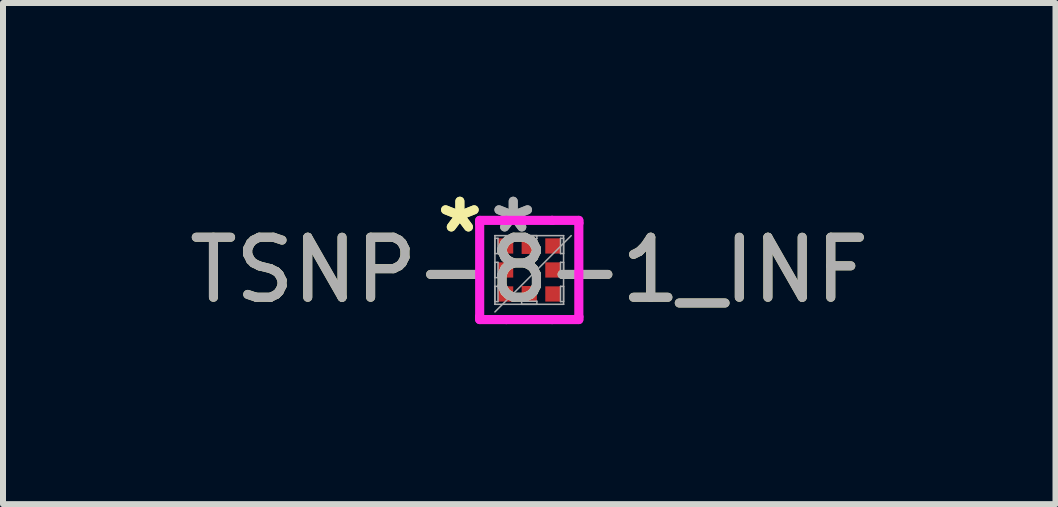
<source format=kicad_pcb>
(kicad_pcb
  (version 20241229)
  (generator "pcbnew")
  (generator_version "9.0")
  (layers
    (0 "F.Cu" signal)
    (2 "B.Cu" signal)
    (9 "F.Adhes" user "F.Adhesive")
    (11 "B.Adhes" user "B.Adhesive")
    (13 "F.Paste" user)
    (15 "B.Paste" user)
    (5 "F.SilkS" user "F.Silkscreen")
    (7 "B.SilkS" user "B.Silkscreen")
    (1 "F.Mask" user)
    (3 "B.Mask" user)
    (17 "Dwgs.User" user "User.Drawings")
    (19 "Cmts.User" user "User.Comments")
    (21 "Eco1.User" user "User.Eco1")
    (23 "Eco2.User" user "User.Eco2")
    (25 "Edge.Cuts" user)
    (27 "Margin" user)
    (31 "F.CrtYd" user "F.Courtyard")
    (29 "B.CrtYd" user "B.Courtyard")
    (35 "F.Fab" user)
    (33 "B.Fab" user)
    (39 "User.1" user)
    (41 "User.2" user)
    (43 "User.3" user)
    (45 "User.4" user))
  (footprint "TSNP-8-1_INF"
    (layer "F.Cu")
    (at 5.768 1.448)
    (property "Reference" "TSNP-8-1_INF" (at 0 0 0) (unlocked yes) (layer "F.SilkS") (effects (font (size 1 1) (thickness 0.15))))
    (attr smd)
    (fp_line (start -0.826 -0.826) (end -0.381 -0.826) (stroke (width 0.152) (type solid)) (layer "F.CrtYd"))
    (fp_line (start -0.826 -0.781) (end -0.826 -0.826) (stroke (width 0.152) (type solid)) (layer "F.CrtYd"))
    (fp_line (start -0.826 -0.781) (end -0.826 -0.781) (stroke (width 0.152) (type solid)) (layer "F.CrtYd"))
    (fp_line (start -0.826 0.781) (end -0.826 -0.781) (stroke (width 0.152) (type solid)) (layer "F.CrtYd"))
    (fp_line (start -0.826 0.781) (end -0.826 0.781) (stroke (width 0.152) (type solid)) (layer "F.CrtYd"))
    (fp_line (start -0.826 0.826) (end -0.826 0.781) (stroke (width 0.152) (type solid)) (layer "F.CrtYd"))
    (fp_line (start -0.381 -0.826) (end -0.381 -0.826) (stroke (width 0.152) (type solid)) (layer "F.CrtYd"))
    (fp_line (start -0.381 -0.826) (end 0.381 -0.826) (stroke (width 0.152) (type solid)) (layer "F.CrtYd"))
    (fp_line (start -0.381 0.826) (end -0.826 0.826) (stroke (width 0.152) (type solid)) (layer "F.CrtYd"))
    (fp_line (start -0.381 0.826) (end -0.381 0.826) (stroke (width 0.152) (type solid)) (layer "F.CrtYd"))
    (fp_line (start 0.381 -0.826) (end 0.381 -0.826) (stroke (width 0.152) (type solid)) (layer "F.CrtYd"))
    (fp_line (start 0.381 -0.826) (end 0.826 -0.826) (stroke (width 0.152) (type solid)) (layer "F.CrtYd"))
    (fp_line (start 0.381 0.826) (end -0.381 0.826) (stroke (width 0.152) (type solid)) (layer "F.CrtYd"))
    (fp_line (start 0.381 0.826) (end 0.381 0.826) (stroke (width 0.152) (type solid)) (layer "F.CrtYd"))
    (fp_line (start 0.826 -0.826) (end 0.826 -0.781) (stroke (width 0.152) (type solid)) (layer "F.CrtYd"))
    (fp_line (start 0.826 -0.781) (end 0.826 -0.781) (stroke (width 0.152) (type solid)) (layer "F.CrtYd"))
    (fp_line (start 0.826 -0.781) (end 0.826 0.781) (stroke (width 0.152) (type solid)) (layer "F.CrtYd"))
    (fp_line (start 0.826 0.781) (end 0.826 0.781) (stroke (width 0.152) (type solid)) (layer "F.CrtYd"))
    (fp_line (start 0.826 0.781) (end 0.826 0.826) (stroke (width 0.152) (type solid)) (layer "F.CrtYd"))
    (fp_line (start 0.826 0.826) (end 0.381 0.826) (stroke (width 0.152) (type solid)) (layer "F.CrtYd"))
    (fp_line (start -0.572 -0.572) (end -0.572 -0.572) (stroke (width 0.025) (type solid)) (layer "F.Fab"))
    (fp_line (start -0.572 -0.572) (end -0.572 0.572) (stroke (width 0.025) (type solid)) (layer "F.Fab"))
    (fp_line (start -0.572 -0.527) (end -0.521 -0.527) (stroke (width 0.025) (type solid)) (layer "F.Fab"))
    (fp_line (start -0.572 -0.273) (end -0.572 -0.527) (stroke (width 0.025) (type solid)) (layer "F.Fab"))
    (fp_line (start -0.572 -0.127) (end -0.521 -0.127) (stroke (width 0.025) (type solid)) (layer "F.Fab"))
    (fp_line (start -0.572 0.127) (end -0.572 -0.127) (stroke (width 0.025) (type solid)) (layer "F.Fab"))
    (fp_line (start -0.572 0.273) (end -0.521 0.273) (stroke (width 0.025) (type solid)) (layer "F.Fab"))
    (fp_line (start -0.572 0.527) (end -0.572 0.273) (stroke (width 0.025) (type solid)) (layer "F.Fab"))
    (fp_line (start -0.572 0.572) (end -0.572 0.572) (stroke (width 0.025) (type solid)) (layer "F.Fab"))
    (fp_line (start -0.572 0.572) (end 0.572 0.572) (stroke (width 0.025) (type solid)) (layer "F.Fab"))
    (fp_line (start -0.572 0.699) (end 0.699 -0.572) (stroke (width 0.025) (type solid)) (layer "F.Fab"))
    (fp_line (start -0.521 -0.527) (end -0.521 -0.273) (stroke (width 0.025) (type solid)) (layer "F.Fab"))
    (fp_line (start -0.521 -0.273) (end -0.572 -0.273) (stroke (width 0.025) (type solid)) (layer "F.Fab"))
    (fp_line (start -0.521 -0.127) (end -0.521 0.127) (stroke (width 0.025) (type solid)) (layer "F.Fab"))
    (fp_line (start -0.521 0.127) (end -0.572 0.127) (stroke (width 0.025) (type solid)) (layer "F.Fab"))
    (fp_line (start -0.521 0.273) (end -0.521 0.527) (stroke (width 0.025) (type solid)) (layer "F.Fab"))
    (fp_line (start -0.521 0.527) (end -0.572 0.527) (stroke (width 0.025) (type solid)) (layer "F.Fab"))
    (fp_line (start -0.127 -0.572) (end 0.127 -0.572) (stroke (width 0.025) (type solid)) (layer "F.Fab"))
    (fp_line (start -0.127 -0.521) (end -0.127 -0.572) (stroke (width 0.025) (type solid)) (layer "F.Fab"))
    (fp_line (start -0.127 0.521) (end 0.127 0.521) (stroke (width 0.025) (type solid)) (layer "F.Fab"))
    (fp_line (start -0.127 0.572) (end -0.127 0.521) (stroke (width 0.025) (type solid)) (layer "F.Fab"))
    (fp_line (start 0.127 -0.572) (end 0.127 -0.521) (stroke (width 0.025) (type solid)) (layer "F.Fab"))
    (fp_line (start 0.127 -0.521) (end -0.127 -0.521) (stroke (width 0.025) (type solid)) (layer "F.Fab"))
    (fp_line (start 0.127 0.521) (end 0.127 0.572) (stroke (width 0.025) (type solid)) (layer "F.Fab"))
    (fp_line (start 0.127 0.572) (end -0.127 0.572) (stroke (width 0.025) (type solid)) (layer "F.Fab"))
    (fp_line (start 0.521 -0.527) (end 0.572 -0.527) (stroke (width 0.025) (type solid)) (layer "F.Fab"))
    (fp_line (start 0.521 -0.273) (end 0.521 -0.527) (stroke (width 0.025) (type solid)) (layer "F.Fab"))
    (fp_line (start 0.521 -0.127) (end 0.572 -0.127) (stroke (width 0.025) (type solid)) (layer "F.Fab"))
    (fp_line (start 0.521 0.127) (end 0.521 -0.127) (stroke (width 0.025) (type solid)) (layer "F.Fab"))
    (fp_line (start 0.521 0.273) (end 0.572 0.273) (stroke (width 0.025) (type solid)) (layer "F.Fab"))
    (fp_line (start 0.521 0.527) (end 0.521 0.273) (stroke (width 0.025) (type solid)) (layer "F.Fab"))
    (fp_line (start 0.572 -0.572) (end -0.572 -0.572) (stroke (width 0.025) (type solid)) (layer "F.Fab"))
    (fp_line (start 0.572 -0.572) (end 0.572 -0.572) (stroke (width 0.025) (type solid)) (layer "F.Fab"))
    (fp_line (start 0.572 -0.527) (end 0.572 -0.273) (stroke (width 0.025) (type solid)) (layer "F.Fab"))
    (fp_line (start 0.572 -0.273) (end 0.521 -0.273) (stroke (width 0.025) (type solid)) (layer "F.Fab"))
    (fp_line (start 0.572 -0.127) (end 0.572 0.127) (stroke (width 0.025) (type solid)) (layer "F.Fab"))
    (fp_line (start 0.572 0.127) (end 0.521 0.127) (stroke (width 0.025) (type solid)) (layer "F.Fab"))
    (fp_line (start 0.572 0.273) (end 0.572 0.527) (stroke (width 0.025) (type solid)) (layer "F.Fab"))
    (fp_line (start 0.572 0.527) (end 0.521 0.527) (stroke (width 0.025) (type solid)) (layer "F.Fab"))
    (fp_line (start 0.572 0.572) (end 0.572 -0.572) (stroke (width 0.025) (type solid)) (layer "F.Fab"))
    (fp_line (start 0.572 0.572) (end 0.572 0.572) (stroke (width 0.025) (type solid)) (layer "F.Fab"))
    (fp_text user "*" (at -1.156 -0.6 0) (layer "F.SilkS") (effects (font (size 1 1) (thickness 0.15))))
    (fp_text user "*" (at -1.156 -0.6 0) (unlocked yes) (layer "F.SilkS") (effects (font (size 1 1) (thickness 0.15))))
    (fp_text user "*" (at -0.267 -0.6 0) (layer "F.Fab") (effects (font (size 1 1) (thickness 0.15))))
    (fp_text user "${REFERENCE}" (at 0 0 0) (unlocked yes) (layer "F.Fab") (effects (font (size 1 1) (thickness 0.15))))
    (fp_text user "*" (at -0.267 -0.6 0) (unlocked yes) (layer "F.Fab") (effects (font (size 1 1) (thickness 0.15))))
    (pad "1" smd rect (at -0.394 -0.4 90) (size 0.254 0.254) (layers "F.Cu" "F.Mask" "F.Paste"))
    (pad "2" smd rect (at -0.394 0 90) (size 0.254 0.254) (layers "F.Cu" "F.Mask" "F.Paste"))
    (pad "3" smd rect (at -0.394 0.4 90) (size 0.254 0.254) (layers "F.Cu" "F.Mask" "F.Paste"))
    (pad "4" smd rect (at 0 0.394) (size 0.254 0.254) (layers "F.Cu" "F.Mask" "F.Paste"))
    (pad "5" smd rect (at 0.394 0.4 90) (size 0.254 0.254) (layers "F.Cu" "F.Mask" "F.Paste"))
    (pad "6" smd rect (at 0.394 0 90) (size 0.254 0.254) (layers "F.Cu" "F.Mask" "F.Paste"))
    (pad "7" smd rect (at 0.394 -0.4 90) (size 0.254 0.254) (layers "F.Cu" "F.Mask" "F.Paste"))
    (pad "8" smd rect (at 0 -0.394) (size 0.254 0.254) (layers "F.Cu" "F.Mask" "F.Paste")))
  (gr_rect
    (start -3 -3)
    (end 14.536 5.35)
    (stroke (width 0.1) (type default))
    (fill no)
    (layer "Edge.Cuts")))
</source>
